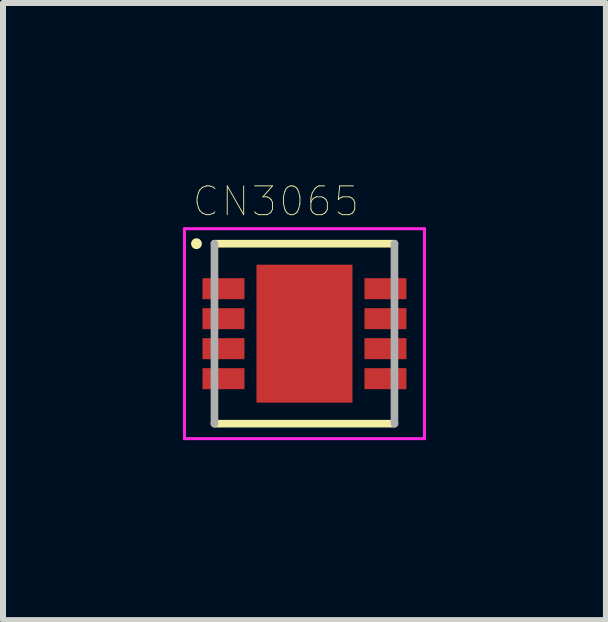
<source format=kicad_pcb>
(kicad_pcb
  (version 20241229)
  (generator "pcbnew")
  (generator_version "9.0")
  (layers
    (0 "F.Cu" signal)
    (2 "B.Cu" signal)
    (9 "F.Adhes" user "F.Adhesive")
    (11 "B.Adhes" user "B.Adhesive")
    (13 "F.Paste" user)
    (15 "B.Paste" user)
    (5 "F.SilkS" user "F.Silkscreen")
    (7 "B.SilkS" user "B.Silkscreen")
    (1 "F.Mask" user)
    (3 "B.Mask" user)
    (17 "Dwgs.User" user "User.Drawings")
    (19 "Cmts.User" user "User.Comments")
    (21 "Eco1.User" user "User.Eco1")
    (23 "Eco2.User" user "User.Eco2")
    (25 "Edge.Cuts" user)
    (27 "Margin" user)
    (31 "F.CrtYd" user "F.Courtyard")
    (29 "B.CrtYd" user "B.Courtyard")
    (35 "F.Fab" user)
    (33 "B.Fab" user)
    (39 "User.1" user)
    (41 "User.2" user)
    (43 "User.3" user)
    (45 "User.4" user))
  (footprint "CN3065"
    (layer "F.Cu")
    (at 2.025 2.512)
    (property "Reference" "CN3065" (at -0.476 -2.205 0) (layer "F.SilkS") (effects (font (size 0.48 0.48) (thickness 0.015))))
    (attr through_hole)
    (fp_poly (pts (xy -1.752 -0.475) (xy -0.95 -0.475) (xy -0.95 -0.025) (xy -1.752 -0.025)) (stroke (width 0.01) (type solid)) (fill yes) (layer "F.Mask"))
    (fp_poly (pts (xy -1.752 -0.975) (xy -0.95 -0.975) (xy -0.95 -0.526) (xy -1.752 -0.526)) (stroke (width 0.01) (type solid)) (fill yes) (layer "F.Mask"))
    (fp_poly (pts (xy -1.751 0.525) (xy -0.95 0.525) (xy -0.95 0.976) (xy -1.751 0.976)) (stroke (width 0.01) (type solid)) (fill yes) (layer "F.Mask"))
    (fp_poly (pts (xy -1.75 0.025) (xy -0.95 0.025) (xy -0.95 0.475) (xy -1.75 0.475)) (stroke (width 0.01) (type solid)) (fill yes) (layer "F.Mask"))
    (fp_poly (pts (xy 0.95 -0.475) (xy 1.75 -0.475) (xy 1.75 -0.025) (xy 0.95 -0.025)) (stroke (width 0.01) (type solid)) (fill yes) (layer "F.Mask"))
    (fp_poly (pts (xy 0.95 0.525) (xy 1.75 0.525) (xy 1.75 0.975) (xy 0.95 0.975)) (stroke (width 0.01) (type solid)) (fill yes) (layer "F.Mask"))
    (fp_poly (pts (xy 0.951 -0.975) (xy 1.75 -0.975) (xy 1.75 -0.525) (xy 0.951 -0.525)) (stroke (width 0.01) (type solid)) (fill yes) (layer "F.Mask"))
    (fp_poly (pts (xy 0.951 0.025) (xy 1.75 0.025) (xy 1.75 0.475) (xy 0.951 0.475)) (stroke (width 0.01) (type solid)) (fill yes) (layer "F.Mask"))
    (fp_line (start -1.5 -1.5) (end 1.5 -1.5) (stroke (width 0.127) (type solid)) (layer "F.SilkS"))
    (fp_line (start -1.5 1.5) (end 1.5 1.5) (stroke (width 0.127) (type solid)) (layer "F.SilkS"))
    (fp_circle (center -1.8 -1.5) (end -1.71 -1.5) (stroke (width 0) (type solid)) (fill yes) (layer "F.SilkS"))
    (fp_poly (pts (xy -0.5 -0.75) (xy 0.5 -0.75) (xy 0.5 0.75) (xy -0.5 0.75)) (stroke (width 0.01) (type solid)) (fill yes) (layer "F.Paste"))
    (fp_line (start -2 -1.75) (end -2 1.75) (stroke (width 0.05) (type solid)) (layer "F.CrtYd"))
    (fp_line (start -2 1.75) (end 2 1.75) (stroke (width 0.05) (type solid)) (layer "F.CrtYd"))
    (fp_line (start 2 -1.75) (end -2 -1.75) (stroke (width 0.05) (type solid)) (layer "F.CrtYd"))
    (fp_line (start 2 1.75) (end 2 -1.75) (stroke (width 0.05) (type solid)) (layer "F.CrtYd"))
    (fp_line (start -1.5 1.5) (end -1.5 -1.5) (stroke (width 0.127) (type solid)) (layer "F.Fab"))
    (fp_line (start 1.5 -1.5) (end 1.5 1.5) (stroke (width 0.127) (type solid)) (layer "F.Fab"))
    (pad "1" smd rect (at -1.35 -0.75) (size 0.7 0.35) (layers "F.Cu" "F.Paste"))
    (pad "2" smd rect (at -1.35 -0.25) (size 0.7 0.35) (layers "F.Cu" "F.Paste"))
    (pad "3" smd rect (at -1.35 0.25) (size 0.7 0.35) (layers "F.Cu" "F.Paste"))
    (pad "4" smd rect (at -1.35 0.75) (size 0.7 0.35) (layers "F.Cu" "F.Paste"))
    (pad "5" smd rect (at 1.35 0.75) (size 0.7 0.35) (layers "F.Cu" "F.Paste"))
    (pad "6" smd rect (at 1.35 0.25) (size 0.7 0.35) (layers "F.Cu" "F.Paste"))
    (pad "7" smd rect (at 1.35 -0.25) (size 0.7 0.35) (layers "F.Cu" "F.Paste"))
    (pad "8" smd rect (at 1.35 -0.75) (size 0.7 0.35) (layers "F.Cu" "F.Paste"))
    (pad "9" smd rect (at 0 0) (size 1.6 2.3) (layers "F.Cu" "F.Mask")))
  (gr_rect
    (start -3 -3)
    (end 7.05 7.287)
    (stroke (width 0.1) (type default))
    (fill no)
    (layer "Edge.Cuts")))
</source>
